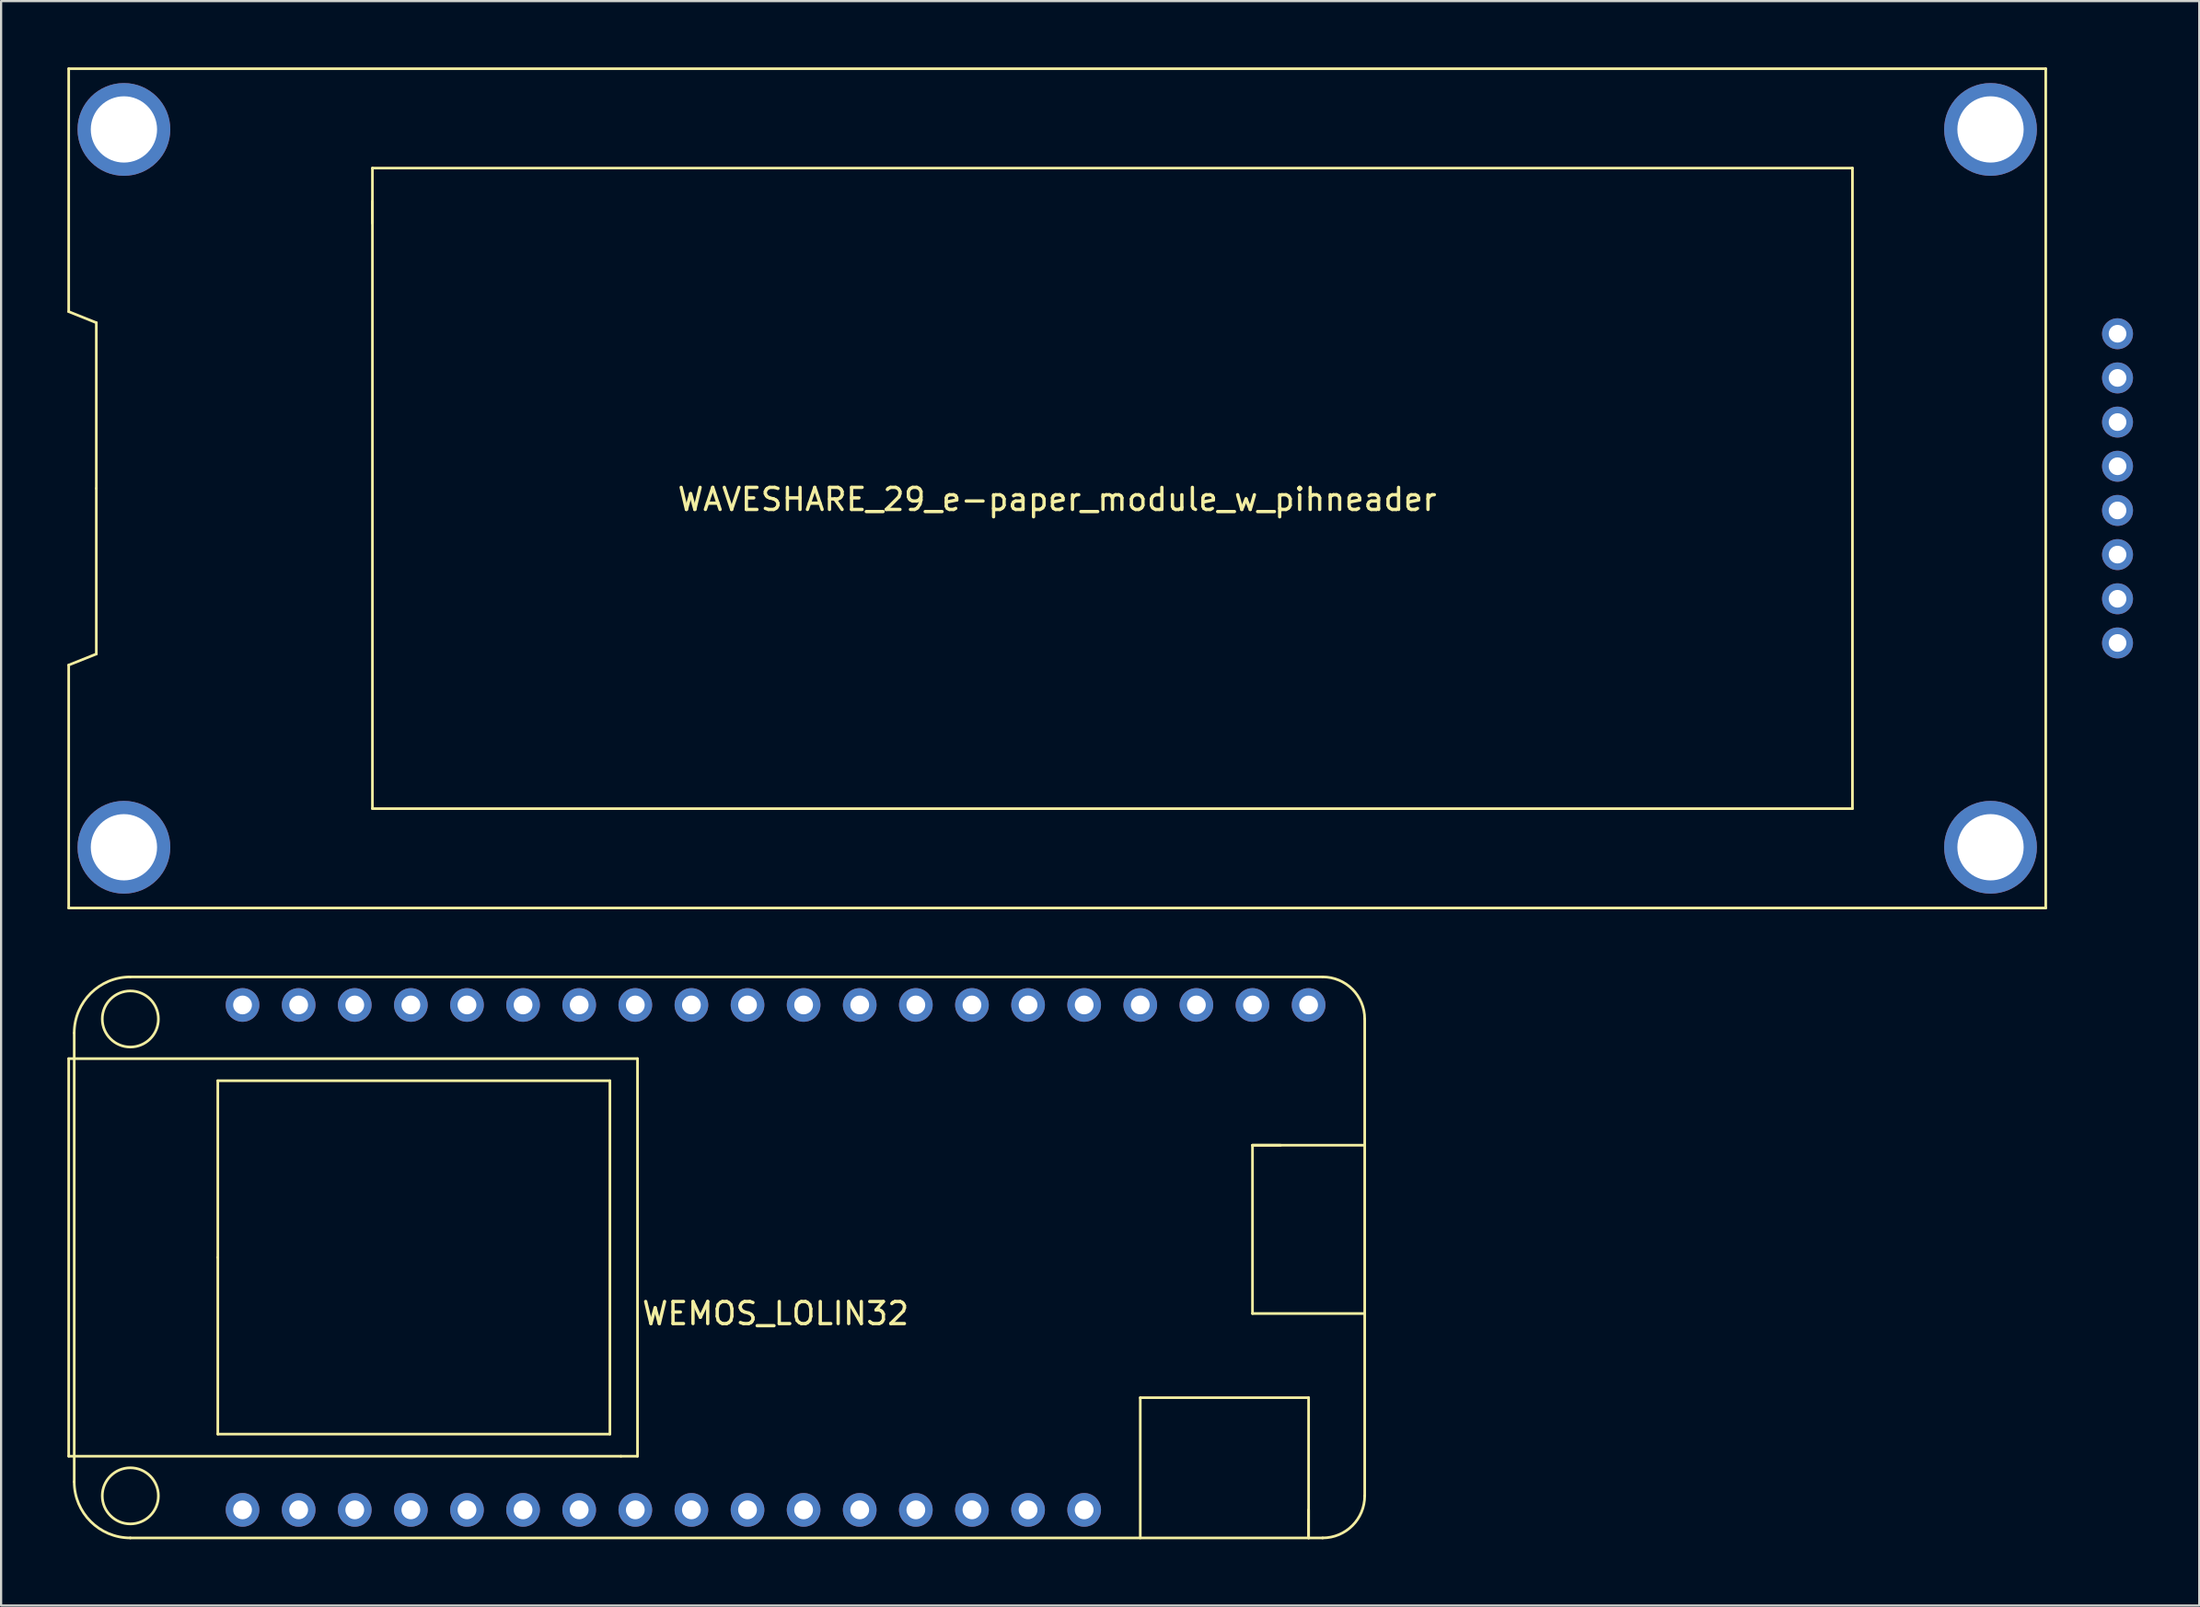
<source format=kicad_pcb>
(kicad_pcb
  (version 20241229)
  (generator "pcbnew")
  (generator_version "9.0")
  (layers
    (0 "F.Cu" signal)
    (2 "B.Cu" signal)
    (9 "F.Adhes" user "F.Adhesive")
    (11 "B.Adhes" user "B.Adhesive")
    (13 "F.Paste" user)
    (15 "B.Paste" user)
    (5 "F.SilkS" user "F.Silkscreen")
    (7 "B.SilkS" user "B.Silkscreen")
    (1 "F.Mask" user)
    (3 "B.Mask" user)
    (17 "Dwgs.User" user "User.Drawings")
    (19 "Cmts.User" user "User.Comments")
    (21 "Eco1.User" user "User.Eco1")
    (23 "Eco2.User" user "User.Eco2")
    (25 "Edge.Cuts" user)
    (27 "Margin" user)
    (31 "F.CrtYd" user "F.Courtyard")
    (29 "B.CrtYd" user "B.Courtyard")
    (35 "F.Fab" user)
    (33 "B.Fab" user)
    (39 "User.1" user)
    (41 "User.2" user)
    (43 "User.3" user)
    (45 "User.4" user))
  (footprint "WEMOS_LOLIN32"
    (layer "F.Cu")
    (at 32.06 53.88)
    (property "Reference" "WEMOS_LOLIN32" (at 0 2.54 180) (layer "F.SilkS") (effects (font (size 1 1) (thickness 0.15))))
    (attr through_hole)
    (fp_line (start -32 -9) (end -32 9) (stroke (width 0.12) (type solid)) (layer "F.SilkS"))
    (fp_line (start -32 9) (end -7 9) (stroke (width 0.12) (type solid)) (layer "F.SilkS"))
    (fp_line (start -31.75 10.16) (end -31.75 -10.16) (stroke (width 0.12) (type solid)) (layer "F.SilkS"))
    (fp_line (start -29.21 12.7) (end 24.765 12.7) (stroke (width 0.12) (type solid)) (layer "F.SilkS"))
    (fp_line (start -25.25 -8) (end -7.5 -8) (stroke (width 0.12) (type solid)) (layer "F.SilkS"))
    (fp_line (start -25.25 0) (end -25.25 -8) (stroke (width 0.12) (type solid)) (layer "F.SilkS"))
    (fp_line (start -25.25 0) (end -25.25 8) (stroke (width 0.12) (type solid)) (layer "F.SilkS"))
    (fp_line (start -25.25 8) (end -7.5 8) (stroke (width 0.12) (type solid)) (layer "F.SilkS"))
    (fp_line (start -7.5 -8) (end -7.5 8) (stroke (width 0.12) (type solid)) (layer "F.SilkS"))
    (fp_line (start -7 9) (end -6.25 9) (stroke (width 0.12) (type solid)) (layer "F.SilkS"))
    (fp_line (start -6.25 -9) (end -32 -9) (stroke (width 0.12) (type solid)) (layer "F.SilkS"))
    (fp_line (start -6.25 9) (end -6.25 -9) (stroke (width 0.12) (type solid)) (layer "F.SilkS"))
    (fp_line (start 16.51 6.35) (end 16.51 12.7) (stroke (width 0.12) (type solid)) (layer "F.SilkS"))
    (fp_line (start 21.59 -5.08) (end 21.59 2.54) (stroke (width 0.12) (type solid)) (layer "F.SilkS"))
    (fp_line (start 21.59 2.54) (end 26.67 2.54) (stroke (width 0.12) (type solid)) (layer "F.SilkS"))
    (fp_line (start 22.86 -5.08) (end 21.59 -5.08) (stroke (width 0.12) (type solid)) (layer "F.SilkS"))
    (fp_line (start 24.13 6.35) (end 16.51 6.35) (stroke (width 0.12) (type solid)) (layer "F.SilkS"))
    (fp_line (start 24.13 11.43) (end 24.13 12.7) (stroke (width 0.12) (type solid)) (layer "F.SilkS"))
    (fp_line (start 24.13 12.7) (end 24.13 6.35) (stroke (width 0.12) (type solid)) (layer "F.SilkS"))
    (fp_line (start 24.765 -12.7) (end -29.21 -12.7) (stroke (width 0.12) (type solid)) (layer "F.SilkS"))
    (fp_line (start 26.67 -5.08) (end 21.59 -5.08) (stroke (width 0.12) (type solid)) (layer "F.SilkS"))
    (fp_line (start 26.67 10.795) (end 26.67 -10.795) (stroke (width 0.12) (type solid)) (layer "F.SilkS"))
    (fp_arc (start -31.75 -10.16) (mid -31.006051 -11.956051) (end -29.21 -12.7) (stroke (width 0.12) (type solid)) (layer "F.SilkS"))
    (fp_arc (start -29.21 12.7) (mid -31.006051 11.956051) (end -31.75 10.16) (stroke (width 0.12) (type solid)) (layer "F.SilkS"))
    (fp_arc (start 24.765 -12.7) (mid 26.112038 -12.142038) (end 26.67 -10.795) (stroke (width 0.12) (type solid)) (layer "F.SilkS"))
    (fp_arc (start 26.67 10.795) (mid 26.112038 12.142038) (end 24.765 12.7) (stroke (width 0.12) (type solid)) (layer "F.SilkS"))
    (fp_circle (center -29.21 -10.795) (end -27.94 -10.795) (stroke (width 0.12) (type solid)) (fill no) (layer "F.SilkS"))
    (fp_circle (center -29.21 10.795) (end -27.94 10.795) (stroke (width 0.12) (type solid)) (fill no) (layer "F.SilkS"))
    (pad "1" thru_hole circle (at -24.13 11.43) (size 1.524 1.524) (drill 0.85) (layers "*.Cu" "*.Mask"))
    (pad "2" thru_hole circle (at -21.59 11.43) (size 1.524 1.524) (drill 0.85) (layers "*.Cu" "*.Mask"))
    (pad "3" thru_hole circle (at -19.05 11.43) (size 1.524 1.524) (drill 0.85) (layers "*.Cu" "*.Mask"))
    (pad "4" thru_hole circle (at -16.51 11.43) (size 1.524 1.524) (drill 0.85) (layers "*.Cu" "*.Mask"))
    (pad "5" thru_hole circle (at -13.97 11.43) (size 1.524 1.524) (drill 0.85) (layers "*.Cu" "*.Mask"))
    (pad "6" thru_hole circle (at -11.43 11.43) (size 1.524 1.524) (drill 0.85) (layers "*.Cu" "*.Mask"))
    (pad "7" thru_hole circle (at -8.89 11.43) (size 1.524 1.524) (drill 0.85) (layers "*.Cu" "*.Mask"))
    (pad "8" thru_hole circle (at -6.35 11.43) (size 1.524 1.524) (drill 0.85) (layers "*.Cu" "*.Mask"))
    (pad "9" thru_hole circle (at -3.81 11.43) (size 1.524 1.524) (drill 0.85) (layers "*.Cu" "*.Mask"))
    (pad "10" thru_hole circle (at -1.27 11.43) (size 1.524 1.524) (drill 0.85) (layers "*.Cu" "*.Mask"))
    (pad "11" thru_hole circle (at 1.27 11.43) (size 1.524 1.524) (drill 0.85) (layers "*.Cu" "*.Mask"))
    (pad "12" thru_hole circle (at 3.81 11.43) (size 1.524 1.524) (drill 0.85) (layers "*.Cu" "*.Mask"))
    (pad "13" thru_hole circle (at 6.35 11.43) (size 1.524 1.524) (drill 0.85) (layers "*.Cu" "*.Mask"))
    (pad "14" thru_hole circle (at 8.89 11.43) (size 1.524 1.524) (drill 0.85) (layers "*.Cu" "*.Mask"))
    (pad "15" thru_hole circle (at 11.43 11.43) (size 1.524 1.524) (drill 0.85) (layers "*.Cu" "*.Mask"))
    (pad "16" thru_hole circle (at 13.97 11.43) (size 1.524 1.524) (drill 0.85) (layers "*.Cu" "*.Mask"))
    (pad "17" thru_hole circle (at 24.13 -11.43) (size 1.524 1.524) (drill 0.85) (layers "*.Cu" "*.Mask"))
    (pad "18" thru_hole circle (at 21.59 -11.43) (size 1.524 1.524) (drill 0.85) (layers "*.Cu" "*.Mask"))
    (pad "19" thru_hole circle (at 19.05 -11.43) (size 1.524 1.524) (drill 0.85) (layers "*.Cu" "*.Mask"))
    (pad "20" thru_hole circle (at 16.51 -11.43) (size 1.524 1.524) (drill 0.85) (layers "*.Cu" "*.Mask"))
    (pad "21" thru_hole circle (at 13.97 -11.43) (size 1.524 1.524) (drill 0.85) (layers "*.Cu" "*.Mask"))
    (pad "22" thru_hole circle (at 11.43 -11.43) (size 1.524 1.524) (drill 0.85) (layers "*.Cu" "*.Mask"))
    (pad "23" thru_hole circle (at 8.89 -11.43) (size 1.524 1.524) (drill 0.85) (layers "*.Cu" "*.Mask"))
    (pad "24" thru_hole circle (at 6.35 -11.43) (size 1.524 1.524) (drill 0.85) (layers "*.Cu" "*.Mask"))
    (pad "25" thru_hole circle (at 3.81 -11.43) (size 1.524 1.524) (drill 0.85) (layers "*.Cu" "*.Mask"))
    (pad "26" thru_hole circle (at 1.27 -11.43) (size 1.524 1.524) (drill 0.85) (layers "*.Cu" "*.Mask"))
    (pad "27" thru_hole circle (at -1.27 -11.43) (size 1.524 1.524) (drill 0.85) (layers "*.Cu" "*.Mask"))
    (pad "28" thru_hole circle (at -3.81 -11.43) (size 1.524 1.524) (drill 0.85) (layers "*.Cu" "*.Mask"))
    (pad "29" thru_hole circle (at -6.35 -11.43) (size 1.524 1.524) (drill 0.85) (layers "*.Cu" "*.Mask"))
    (pad "30" thru_hole circle (at -8.89 -11.43) (size 1.524 1.524) (drill 0.85) (layers "*.Cu" "*.Mask"))
    (pad "31" thru_hole circle (at -11.43 -11.43) (size 1.524 1.524) (drill 0.85) (layers "*.Cu" "*.Mask"))
    (pad "32" thru_hole circle (at -13.97 -11.43) (size 1.524 1.524) (drill 0.85) (layers "*.Cu" "*.Mask"))
    (pad "33" thru_hole circle (at -16.51 -11.43) (size 1.524 1.524) (drill 0.85) (layers "*.Cu" "*.Mask"))
    (pad "34" thru_hole circle (at -19.05 -11.43) (size 1.524 1.524) (drill 0.85) (layers "*.Cu" "*.Mask"))
    (pad "35" thru_hole circle (at -21.59 -11.43) (size 1.524 1.524) (drill 0.85) (layers "*.Cu" "*.Mask"))
    (pad "36" thru_hole circle (at -24.13 -11.43) (size 1.524 1.524) (drill 0.85) (layers "*.Cu" "*.Mask")))
  (footprint "WAVESHARE_29_e-paper_module_w_pihneader"
    (layer "F.Cu")
    (at 44.81 19.06)
    (property "Reference" "WAVESHARE_29_e-paper_module_w_pihneader" (at 0 0.5 0) (layer "F.SilkS") (effects (font (size 1 1) (thickness 0.15))))
    (attr through_hole)
    (fp_line (start -44.75 -8) (end -44.75 -19) (stroke (width 0.12) (type solid)) (layer "F.SilkS"))
    (fp_line (start -44.75 8) (end -44.75 19) (stroke (width 0.12) (type solid)) (layer "F.SilkS"))
    (fp_line (start -44.75 19) (end 44.75 19) (stroke (width 0.12) (type solid)) (layer "F.SilkS"))
    (fp_line (start -43.5 -7.5) (end -44.75 -8) (stroke (width 0.12) (type solid)) (layer "F.SilkS"))
    (fp_line (start -43.5 0) (end -43.5 -7.5) (stroke (width 0.12) (type solid)) (layer "F.SilkS"))
    (fp_line (start -43.5 0) (end -43.5 7.5) (stroke (width 0.12) (type solid)) (layer "F.SilkS"))
    (fp_line (start -43.5 7.5) (end -44.75 8) (stroke (width 0.12) (type solid)) (layer "F.SilkS"))
    (fp_line (start -31 -14.5) (end -31 14.5) (stroke (width 0.12) (type solid)) (layer "F.SilkS"))
    (fp_line (start -31 -13) (end -31 -12) (stroke (width 0.12) (type solid)) (layer "F.SilkS"))
    (fp_line (start -31 14.5) (end 36 14.5) (stroke (width 0.12) (type solid)) (layer "F.SilkS"))
    (fp_line (start 36 -14.5) (end -31 -14.5) (stroke (width 0.12) (type solid)) (layer "F.SilkS"))
    (fp_line (start 36 14.5) (end 36 -14.5) (stroke (width 0.12) (type solid)) (layer "F.SilkS"))
    (fp_line (start 44.75 -19) (end -44.75 -19) (stroke (width 0.12) (type solid)) (layer "F.SilkS"))
    (fp_line (start 44.75 19) (end 44.75 -19) (stroke (width 0.12) (type solid)) (layer "F.SilkS"))
    (pad "" np_thru_hole circle (at -42.25 -16.25) (size 4.2 4.2) (drill 3) (layers "*.Cu" "*.Mask"))
    (pad "" np_thru_hole circle (at -42.25 16.25) (size 4.2 4.2) (drill 3) (layers "*.Cu" "*.Mask"))
    (pad "" np_thru_hole circle (at 42.25 -16.25) (size 4.2 4.2) (drill 3) (layers "*.Cu" "*.Mask"))
    (pad "" np_thru_hole circle (at 42.25 16.25) (size 4.2 4.2) (drill 3) (layers "*.Cu" "*.Mask"))
    (pad "*BUSY" thru_hole circle (at 48 7) (size 1.4 1.4) (drill 0.8) (layers "*.Cu" "*.Mask"))
    (pad "*CS" thru_hole circle (at 48 1) (size 1.4 1.4) (drill 0.8) (layers "*.Cu" "*.Mask"))
    (pad "*RST" thru_hole circle (at 48 5) (size 1.4 1.4) (drill 0.8) (layers "*.Cu" "*.Mask"))
    (pad "CLK" thru_hole circle (at 48 -1) (size 1.4 1.4) (drill 0.8) (layers "*.Cu" "*.Mask"))
    (pad "DC" thru_hole circle (at 48 3) (size 1.4 1.4) (drill 0.8) (layers "*.Cu" "*.Mask"))
    (pad "DIN" thru_hole circle (at 48 -3) (size 1.4 1.4) (drill 0.8) (layers "*.Cu" "*.Mask"))
    (pad "GND" thru_hole circle (at 48 -5) (size 1.4 1.4) (drill 0.8) (layers "*.Cu" "*.Mask"))
    (pad "VCC" thru_hole circle (at 48 -7) (size 1.4 1.4) (drill 0.8) (layers "*.Cu" "*.Mask")))
  (gr_rect
    (start -3 -3)
    (end 96.51 69.64)
    (stroke (width 0.1) (type default))
    (fill no)
    (layer "Edge.Cuts")))
</source>
